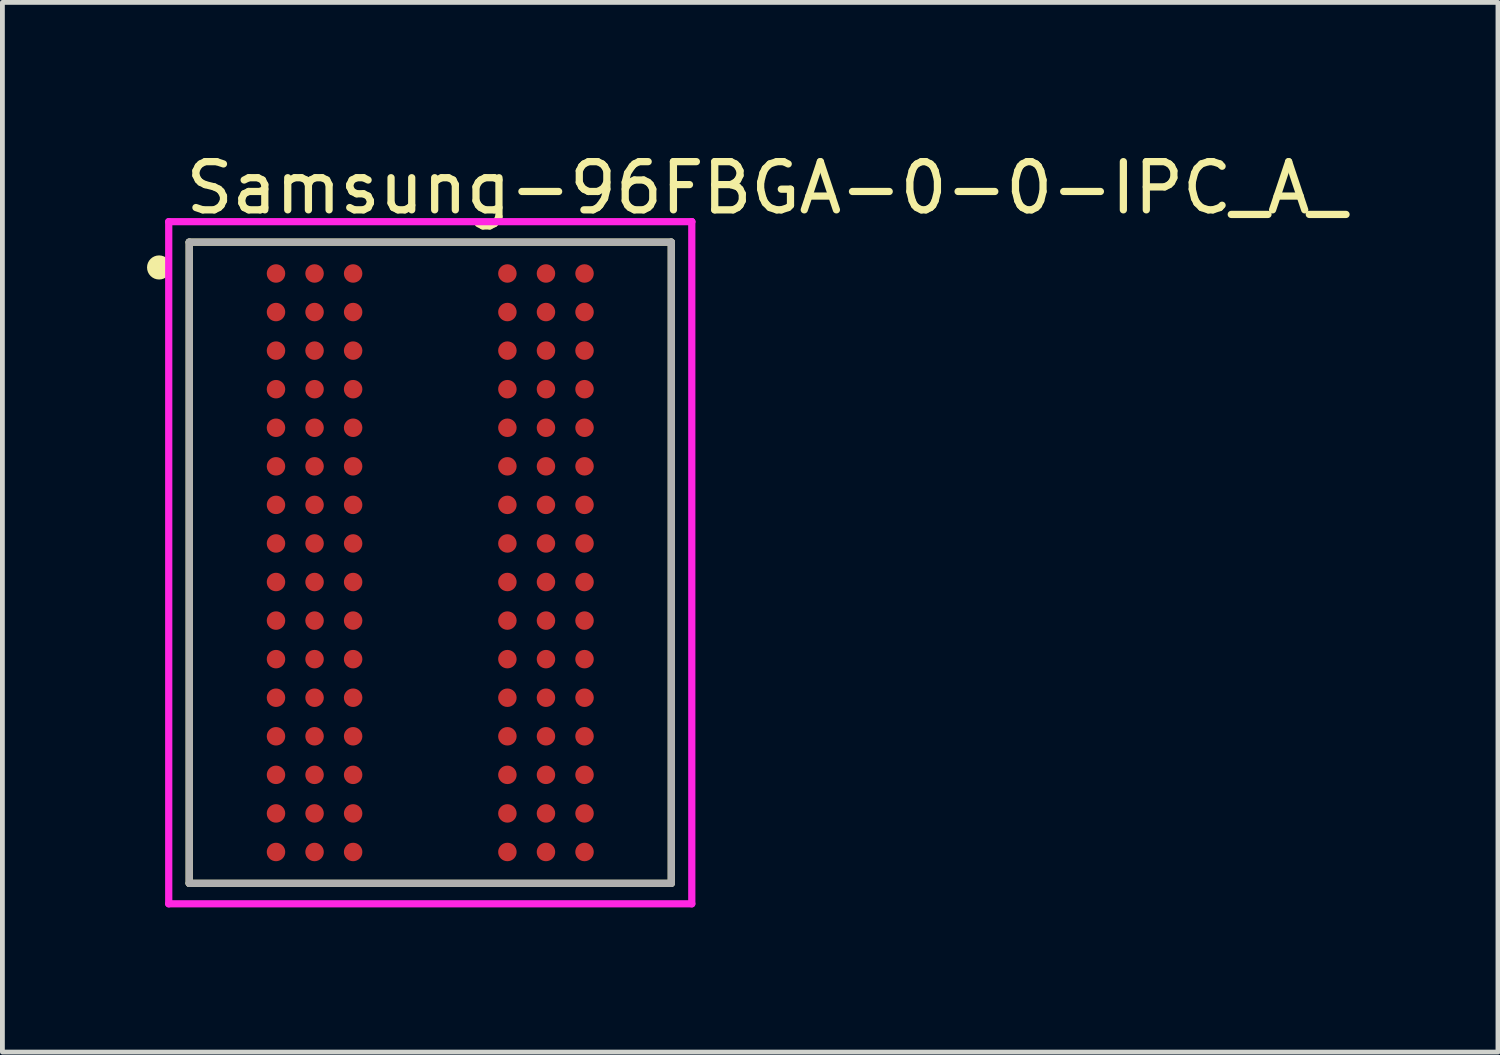
<source format=kicad_pcb>
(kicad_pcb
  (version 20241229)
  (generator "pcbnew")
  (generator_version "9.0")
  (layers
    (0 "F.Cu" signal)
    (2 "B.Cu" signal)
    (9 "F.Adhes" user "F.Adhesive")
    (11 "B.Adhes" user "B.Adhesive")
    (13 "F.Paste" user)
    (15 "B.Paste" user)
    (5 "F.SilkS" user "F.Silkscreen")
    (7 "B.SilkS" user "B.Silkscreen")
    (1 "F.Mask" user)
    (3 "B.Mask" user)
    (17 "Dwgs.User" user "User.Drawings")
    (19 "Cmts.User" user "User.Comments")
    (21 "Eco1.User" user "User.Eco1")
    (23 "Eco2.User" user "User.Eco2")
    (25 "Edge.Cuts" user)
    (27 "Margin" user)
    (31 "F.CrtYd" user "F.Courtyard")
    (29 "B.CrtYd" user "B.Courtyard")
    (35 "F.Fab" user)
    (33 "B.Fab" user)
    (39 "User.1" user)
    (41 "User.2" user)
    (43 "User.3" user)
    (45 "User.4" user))
  (footprint "Samsung-96FBGA-0-0-IPC_A_"
    (layer "F.Cu")
    (at 5.875 8.623)
    (property "Reference" "Samsung-96FBGA-0-0-IPC_A_" (at -5.15 -7.775 0) (layer "F.SilkS") (effects (font (size 1 1) (thickness 0.15)) (justify left)))
    (attr through_hole)
    (fp_line (start -5 -6.65) (end 5 -6.65) (stroke (width 0.15) (type solid)) (layer "F.SilkS"))
    (fp_line (start -5 6.65) (end -5 -6.65) (stroke (width 0.15) (type solid)) (layer "F.SilkS"))
    (fp_line (start 5 -6.65) (end 5 6.65) (stroke (width 0.15) (type solid)) (layer "F.SilkS"))
    (fp_line (start 5 6.65) (end -5 6.65) (stroke (width 0.15) (type solid)) (layer "F.SilkS"))
    (fp_circle (center -5.625 -6.125) (end -5.5 -6.125) (stroke (width 0.25) (type solid)) (fill no) (layer "F.SilkS"))
    (fp_line (start -5.425 -7.075) (end -5.425 7.075) (stroke (width 0.15) (type solid)) (layer "F.CrtYd"))
    (fp_line (start -5.425 7.075) (end 5.425 7.075) (stroke (width 0.15) (type solid)) (layer "F.CrtYd"))
    (fp_line (start 5.425 -7.075) (end -5.425 -7.075) (stroke (width 0.15) (type solid)) (layer "F.CrtYd"))
    (fp_line (start 5.425 -7.075) (end 5.425 -7.075) (stroke (width 0.15) (type solid)) (layer "F.CrtYd"))
    (fp_line (start 5.425 7.075) (end 5.425 -7.075) (stroke (width 0.15) (type solid)) (layer "F.CrtYd"))
    (fp_line (start -5 -6.65) (end 5 -6.65) (stroke (width 0.15) (type solid)) (layer "F.Fab"))
    (fp_line (start -5 6.65) (end -5 -6.65) (stroke (width 0.15) (type solid)) (layer "F.Fab"))
    (fp_line (start 5 -6.65) (end 5 6.65) (stroke (width 0.15) (type solid)) (layer "F.Fab"))
    (fp_line (start 5 6.65) (end -5 6.65) (stroke (width 0.15) (type solid)) (layer "F.Fab"))
    (pad "A1" smd circle (at -3.2 -6) (size 0.383 0.383) (layers "F.Cu" "F.Mask" "F.Paste"))
    (pad "A2" smd circle (at -2.4 -6) (size 0.383 0.383) (layers "F.Cu" "F.Mask" "F.Paste"))
    (pad "A3" smd circle (at -1.6 -6) (size 0.383 0.383) (layers "F.Cu" "F.Mask" "F.Paste"))
    (pad "A7" smd circle (at 1.6 -6) (size 0.383 0.383) (layers "F.Cu" "F.Mask" "F.Paste"))
    (pad "A8" smd circle (at 2.4 -6) (size 0.383 0.383) (layers "F.Cu" "F.Mask" "F.Paste"))
    (pad "A9" smd circle (at 3.2 -6) (size 0.383 0.383) (layers "F.Cu" "F.Mask" "F.Paste"))
    (pad "B1" smd circle (at -3.2 -5.2) (size 0.383 0.383) (layers "F.Cu" "F.Mask" "F.Paste"))
    (pad "B2" smd circle (at -2.4 -5.2) (size 0.383 0.383) (layers "F.Cu" "F.Mask" "F.Paste"))
    (pad "B3" smd circle (at -1.6 -5.2) (size 0.383 0.383) (layers "F.Cu" "F.Mask" "F.Paste"))
    (pad "B7" smd circle (at 1.6 -5.2) (size 0.383 0.383) (layers "F.Cu" "F.Mask" "F.Paste"))
    (pad "B8" smd circle (at 2.4 -5.2) (size 0.383 0.383) (layers "F.Cu" "F.Mask" "F.Paste"))
    (pad "B9" smd circle (at 3.2 -5.2) (size 0.383 0.383) (layers "F.Cu" "F.Mask" "F.Paste"))
    (pad "C1" smd circle (at -3.2 -4.4) (size 0.383 0.383) (layers "F.Cu" "F.Mask" "F.Paste"))
    (pad "C2" smd circle (at -2.4 -4.4) (size 0.383 0.383) (layers "F.Cu" "F.Mask" "F.Paste"))
    (pad "C3" smd circle (at -1.6 -4.4) (size 0.383 0.383) (layers "F.Cu" "F.Mask" "F.Paste"))
    (pad "C7" smd circle (at 1.6 -4.4) (size 0.383 0.383) (layers "F.Cu" "F.Mask" "F.Paste"))
    (pad "C8" smd circle (at 2.4 -4.4) (size 0.383 0.383) (layers "F.Cu" "F.Mask" "F.Paste"))
    (pad "C9" smd circle (at 3.2 -4.4) (size 0.383 0.383) (layers "F.Cu" "F.Mask" "F.Paste"))
    (pad "D1" smd circle (at -3.2 -3.6) (size 0.383 0.383) (layers "F.Cu" "F.Mask" "F.Paste"))
    (pad "D2" smd circle (at -2.4 -3.6) (size 0.383 0.383) (layers "F.Cu" "F.Mask" "F.Paste"))
    (pad "D3" smd circle (at -1.6 -3.6) (size 0.383 0.383) (layers "F.Cu" "F.Mask" "F.Paste"))
    (pad "D7" smd circle (at 1.6 -3.6) (size 0.383 0.383) (layers "F.Cu" "F.Mask" "F.Paste"))
    (pad "D8" smd circle (at 2.4 -3.6) (size 0.383 0.383) (layers "F.Cu" "F.Mask" "F.Paste"))
    (pad "D9" smd circle (at 3.2 -3.6) (size 0.383 0.383) (layers "F.Cu" "F.Mask" "F.Paste"))
    (pad "E1" smd circle (at -3.2 -2.8) (size 0.383 0.383) (layers "F.Cu" "F.Mask" "F.Paste"))
    (pad "E2" smd circle (at -2.4 -2.8) (size 0.383 0.383) (layers "F.Cu" "F.Mask" "F.Paste"))
    (pad "E3" smd circle (at -1.6 -2.8) (size 0.383 0.383) (layers "F.Cu" "F.Mask" "F.Paste"))
    (pad "E7" smd circle (at 1.6 -2.8) (size 0.383 0.383) (layers "F.Cu" "F.Mask" "F.Paste"))
    (pad "E8" smd circle (at 2.4 -2.8) (size 0.383 0.383) (layers "F.Cu" "F.Mask" "F.Paste"))
    (pad "E9" smd circle (at 3.2 -2.8) (size 0.383 0.383) (layers "F.Cu" "F.Mask" "F.Paste"))
    (pad "F1" smd circle (at -3.2 -2) (size 0.383 0.383) (layers "F.Cu" "F.Mask" "F.Paste"))
    (pad "F2" smd circle (at -2.4 -2) (size 0.383 0.383) (layers "F.Cu" "F.Mask" "F.Paste"))
    (pad "F3" smd circle (at -1.6 -2) (size 0.383 0.383) (layers "F.Cu" "F.Mask" "F.Paste"))
    (pad "F7" smd circle (at 1.6 -2) (size 0.383 0.383) (layers "F.Cu" "F.Mask" "F.Paste"))
    (pad "F8" smd circle (at 2.4 -2) (size 0.383 0.383) (layers "F.Cu" "F.Mask" "F.Paste"))
    (pad "F9" smd circle (at 3.2 -2) (size 0.383 0.383) (layers "F.Cu" "F.Mask" "F.Paste"))
    (pad "G1" smd circle (at -3.2 -1.2) (size 0.383 0.383) (layers "F.Cu" "F.Mask" "F.Paste"))
    (pad "G2" smd circle (at -2.4 -1.2) (size 0.383 0.383) (layers "F.Cu" "F.Mask" "F.Paste"))
    (pad "G3" smd circle (at -1.6 -1.2) (size 0.383 0.383) (layers "F.Cu" "F.Mask" "F.Paste"))
    (pad "G7" smd circle (at 1.6 -1.2) (size 0.383 0.383) (layers "F.Cu" "F.Mask" "F.Paste"))
    (pad "G8" smd circle (at 2.4 -1.2) (size 0.383 0.383) (layers "F.Cu" "F.Mask" "F.Paste"))
    (pad "G9" smd circle (at 3.2 -1.2) (size 0.383 0.383) (layers "F.Cu" "F.Mask" "F.Paste"))
    (pad "H1" smd circle (at -3.2 -0.4) (size 0.383 0.383) (layers "F.Cu" "F.Mask" "F.Paste"))
    (pad "H2" smd circle (at -2.4 -0.4) (size 0.383 0.383) (layers "F.Cu" "F.Mask" "F.Paste"))
    (pad "H3" smd circle (at -1.6 -0.4) (size 0.383 0.383) (layers "F.Cu" "F.Mask" "F.Paste"))
    (pad "H7" smd circle (at 1.6 -0.4) (size 0.383 0.383) (layers "F.Cu" "F.Mask" "F.Paste"))
    (pad "H8" smd circle (at 2.4 -0.4) (size 0.383 0.383) (layers "F.Cu" "F.Mask" "F.Paste"))
    (pad "H9" smd circle (at 3.2 -0.4) (size 0.383 0.383) (layers "F.Cu" "F.Mask" "F.Paste"))
    (pad "J1" smd circle (at -3.2 0.4) (size 0.383 0.383) (layers "F.Cu" "F.Mask" "F.Paste"))
    (pad "J2" smd circle (at -2.4 0.4) (size 0.383 0.383) (layers "F.Cu" "F.Mask" "F.Paste"))
    (pad "J3" smd circle (at -1.6 0.4) (size 0.383 0.383) (layers "F.Cu" "F.Mask" "F.Paste"))
    (pad "J7" smd circle (at 1.6 0.4) (size 0.383 0.383) (layers "F.Cu" "F.Mask" "F.Paste"))
    (pad "J8" smd circle (at 2.4 0.4) (size 0.383 0.383) (layers "F.Cu" "F.Mask" "F.Paste"))
    (pad "J9" smd circle (at 3.2 0.4) (size 0.383 0.383) (layers "F.Cu" "F.Mask" "F.Paste"))
    (pad "K1" smd circle (at -3.2 1.2) (size 0.383 0.383) (layers "F.Cu" "F.Mask" "F.Paste"))
    (pad "K2" smd circle (at -2.4 1.2) (size 0.383 0.383) (layers "F.Cu" "F.Mask" "F.Paste"))
    (pad "K3" smd circle (at -1.6 1.2) (size 0.383 0.383) (layers "F.Cu" "F.Mask" "F.Paste"))
    (pad "K7" smd circle (at 1.6 1.2) (size 0.383 0.383) (layers "F.Cu" "F.Mask" "F.Paste"))
    (pad "K8" smd circle (at 2.4 1.2) (size 0.383 0.383) (layers "F.Cu" "F.Mask" "F.Paste"))
    (pad "K9" smd circle (at 3.2 1.2) (size 0.383 0.383) (layers "F.Cu" "F.Mask" "F.Paste"))
    (pad "L1" smd circle (at -3.2 2) (size 0.383 0.383) (layers "F.Cu" "F.Mask" "F.Paste"))
    (pad "L2" smd circle (at -2.4 2) (size 0.383 0.383) (layers "F.Cu" "F.Mask" "F.Paste"))
    (pad "L3" smd circle (at -1.6 2) (size 0.383 0.383) (layers "F.Cu" "F.Mask" "F.Paste"))
    (pad "L7" smd circle (at 1.6 2) (size 0.383 0.383) (layers "F.Cu" "F.Mask" "F.Paste"))
    (pad "L8" smd circle (at 2.4 2) (size 0.383 0.383) (layers "F.Cu" "F.Mask" "F.Paste"))
    (pad "L9" smd circle (at 3.2 2) (size 0.383 0.383) (layers "F.Cu" "F.Mask" "F.Paste"))
    (pad "M1" smd circle (at -3.2 2.8) (size 0.383 0.383) (layers "F.Cu" "F.Mask" "F.Paste"))
    (pad "M2" smd circle (at -2.4 2.8) (size 0.383 0.383) (layers "F.Cu" "F.Mask" "F.Paste"))
    (pad "M3" smd circle (at -1.6 2.8) (size 0.383 0.383) (layers "F.Cu" "F.Mask" "F.Paste"))
    (pad "M7" smd circle (at 1.6 2.8) (size 0.383 0.383) (layers "F.Cu" "F.Mask" "F.Paste"))
    (pad "M8" smd circle (at 2.4 2.8) (size 0.383 0.383) (layers "F.Cu" "F.Mask" "F.Paste"))
    (pad "M9" smd circle (at 3.2 2.8) (size 0.383 0.383) (layers "F.Cu" "F.Mask" "F.Paste"))
    (pad "N1" smd circle (at -3.2 3.6) (size 0.383 0.383) (layers "F.Cu" "F.Mask" "F.Paste"))
    (pad "N2" smd circle (at -2.4 3.6) (size 0.383 0.383) (layers "F.Cu" "F.Mask" "F.Paste"))
    (pad "N3" smd circle (at -1.6 3.6) (size 0.383 0.383) (layers "F.Cu" "F.Mask" "F.Paste"))
    (pad "N7" smd circle (at 1.6 3.6) (size 0.383 0.383) (layers "F.Cu" "F.Mask" "F.Paste"))
    (pad "N8" smd circle (at 2.4 3.6) (size 0.383 0.383) (layers "F.Cu" "F.Mask" "F.Paste"))
    (pad "N9" smd circle (at 3.2 3.6) (size 0.383 0.383) (layers "F.Cu" "F.Mask" "F.Paste"))
    (pad "P1" smd circle (at -3.2 4.4) (size 0.383 0.383) (layers "F.Cu" "F.Mask" "F.Paste"))
    (pad "P2" smd circle (at -2.4 4.4) (size 0.383 0.383) (layers "F.Cu" "F.Mask" "F.Paste"))
    (pad "P3" smd circle (at -1.6 4.4) (size 0.383 0.383) (layers "F.Cu" "F.Mask" "F.Paste"))
    (pad "P7" smd circle (at 1.6 4.4) (size 0.383 0.383) (layers "F.Cu" "F.Mask" "F.Paste"))
    (pad "P8" smd circle (at 2.4 4.4) (size 0.383 0.383) (layers "F.Cu" "F.Mask" "F.Paste"))
    (pad "P9" smd circle (at 3.2 4.4) (size 0.383 0.383) (layers "F.Cu" "F.Mask" "F.Paste"))
    (pad "R1" smd circle (at -3.2 5.2) (size 0.383 0.383) (layers "F.Cu" "F.Mask" "F.Paste"))
    (pad "R2" smd circle (at -2.4 5.2) (size 0.383 0.383) (layers "F.Cu" "F.Mask" "F.Paste"))
    (pad "R3" smd circle (at -1.6 5.2) (size 0.383 0.383) (layers "F.Cu" "F.Mask" "F.Paste"))
    (pad "R7" smd circle (at 1.6 5.2) (size 0.383 0.383) (layers "F.Cu" "F.Mask" "F.Paste"))
    (pad "R8" smd circle (at 2.4 5.2) (size 0.383 0.383) (layers "F.Cu" "F.Mask" "F.Paste"))
    (pad "R9" smd circle (at 3.2 5.2) (size 0.383 0.383) (layers "F.Cu" "F.Mask" "F.Paste"))
    (pad "T1" smd circle (at -3.2 6) (size 0.383 0.383) (layers "F.Cu" "F.Mask" "F.Paste"))
    (pad "T2" smd circle (at -2.4 6) (size 0.383 0.383) (layers "F.Cu" "F.Mask" "F.Paste"))
    (pad "T3" smd circle (at -1.6 6) (size 0.383 0.383) (layers "F.Cu" "F.Mask" "F.Paste"))
    (pad "T7" smd circle (at 1.6 6) (size 0.383 0.383) (layers "F.Cu" "F.Mask" "F.Paste"))
    (pad "T8" smd circle (at 2.4 6) (size 0.383 0.383) (layers "F.Cu" "F.Mask" "F.Paste"))
    (pad "T9" smd circle (at 3.2 6) (size 0.383 0.383) (layers "F.Cu" "F.Mask" "F.Paste")))
  (gr_rect
    (start -3 -3)
    (end 28.023 18.773)
    (stroke (width 0.1) (type default))
    (fill no)
    (layer "Edge.Cuts")))
</source>
